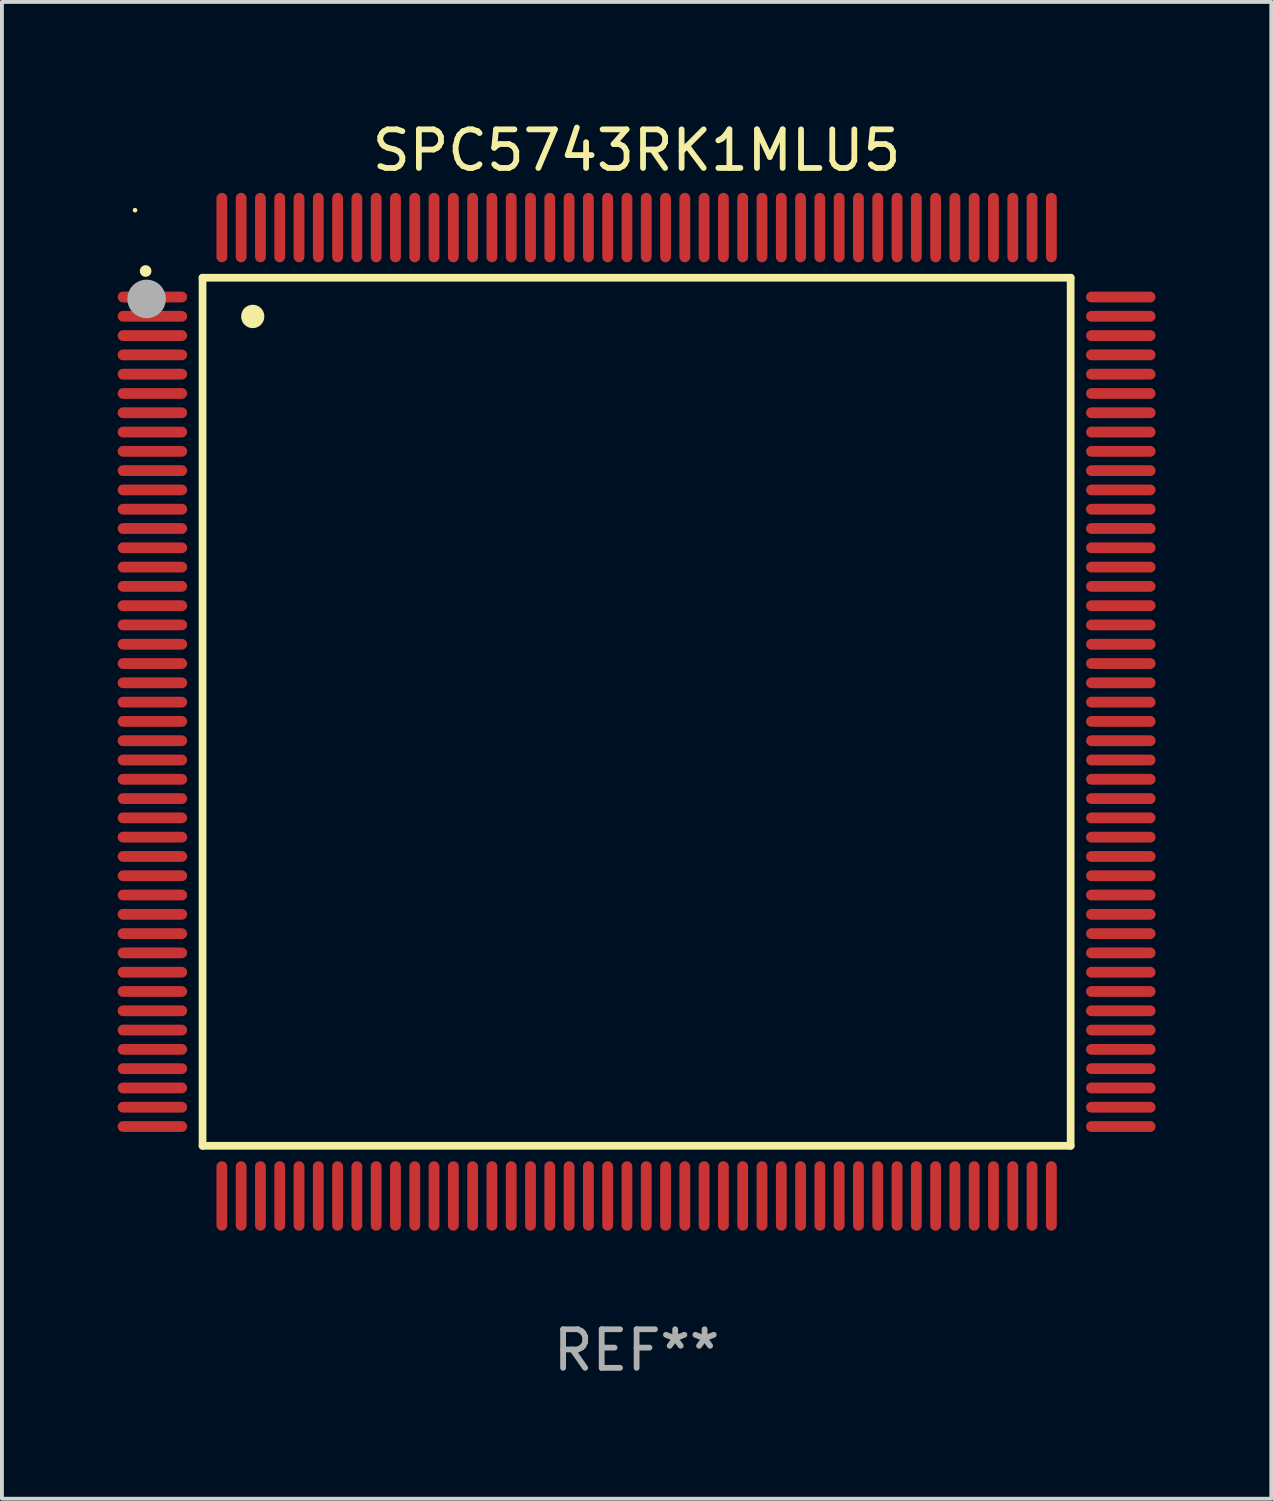
<source format=kicad_pcb>
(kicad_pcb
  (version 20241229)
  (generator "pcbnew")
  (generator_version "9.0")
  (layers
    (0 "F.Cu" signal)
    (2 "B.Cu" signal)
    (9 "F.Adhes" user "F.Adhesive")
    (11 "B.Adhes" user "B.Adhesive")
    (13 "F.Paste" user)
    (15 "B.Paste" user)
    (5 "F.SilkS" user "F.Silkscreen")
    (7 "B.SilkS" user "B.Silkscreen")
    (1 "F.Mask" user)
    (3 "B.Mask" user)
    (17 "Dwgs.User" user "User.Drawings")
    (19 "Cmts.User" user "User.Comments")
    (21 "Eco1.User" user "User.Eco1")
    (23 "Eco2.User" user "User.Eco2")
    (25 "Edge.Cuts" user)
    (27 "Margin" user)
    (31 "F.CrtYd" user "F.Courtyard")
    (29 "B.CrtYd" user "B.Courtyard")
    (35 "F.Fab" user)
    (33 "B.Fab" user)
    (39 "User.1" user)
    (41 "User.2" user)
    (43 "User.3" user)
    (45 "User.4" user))
  (footprint "SPC5743RK1MLU5"
    (layer "F.Cu")
    (at 13.45 15.398)
    (property "Reference" "SPC5743RK1MLU5" (at 0 -14.55 0) (layer "F.SilkS") (effects (font (size 1 1) (thickness 0.15))))
    (attr through_hole)
    (fp_line (start -11.25 -11.25) (end 11.25 -11.25) (stroke (width 0.2) (type solid)) (layer "F.SilkS"))
    (fp_line (start -11.25 11.25) (end -11.25 -11.25) (stroke (width 0.2) (type solid)) (layer "F.SilkS"))
    (fp_line (start 11.25 -11.25) (end 11.25 11.25) (stroke (width 0.2) (type solid)) (layer "F.SilkS"))
    (fp_line (start 11.25 11.25) (end -11.25 11.25) (stroke (width 0.2) (type solid)) (layer "F.SilkS"))
    (fp_arc (start -12.725425 -11.422403) (mid -12.72543 -11.423673) (end -12.725425 -11.424943) (stroke (width 0.3) (type solid)) (layer "F.SilkS"))
    (fp_arc (start -9.9492 -10.24384) (mid -9.949211 -10.24638) (end -9.9492 -10.24892) (stroke (width 0.6) (type solid)) (layer "F.SilkS"))
    (fp_circle (center -13 -13) (end -12.97 -13) (stroke (width 0.06) (type solid)) (fill no) (layer "F.SilkS"))
    (fp_circle (center -12.7 -10.7) (end -12.45 -10.7) (stroke (width 0.5) (type solid)) (fill no) (layer "F.Fab"))
    (fp_text user "REF**" (at 0 16.55 0) (layer "F.Fab") (effects (font (size 1 1) (thickness 0.15))))
    (pad "1" smd oval (at -12.55 -10.75 90) (size 0.28 1.8) (layers "F.Cu" "F.Mask" "F.Paste"))
    (pad "2" smd oval (at -12.55 -10.25 90) (size 0.28 1.8) (layers "F.Cu" "F.Mask" "F.Paste"))
    (pad "3" smd oval (at -12.55 -9.75 90) (size 0.28 1.8) (layers "F.Cu" "F.Mask" "F.Paste"))
    (pad "4" smd oval (at -12.55 -9.25 90) (size 0.28 1.8) (layers "F.Cu" "F.Mask" "F.Paste"))
    (pad "5" smd oval (at -12.55 -8.75 90) (size 0.28 1.8) (layers "F.Cu" "F.Mask" "F.Paste"))
    (pad "6" smd oval (at -12.55 -8.25 90) (size 0.28 1.8) (layers "F.Cu" "F.Mask" "F.Paste"))
    (pad "7" smd oval (at -12.55 -7.75 90) (size 0.28 1.8) (layers "F.Cu" "F.Mask" "F.Paste"))
    (pad "8" smd oval (at -12.55 -7.25 90) (size 0.28 1.8) (layers "F.Cu" "F.Mask" "F.Paste"))
    (pad "9" smd oval (at -12.55 -6.75 90) (size 0.28 1.8) (layers "F.Cu" "F.Mask" "F.Paste"))
    (pad "10" smd oval (at -12.55 -6.25 90) (size 0.28 1.8) (layers "F.Cu" "F.Mask" "F.Paste"))
    (pad "11" smd oval (at -12.55 -5.75 90) (size 0.28 1.8) (layers "F.Cu" "F.Mask" "F.Paste"))
    (pad "12" smd oval (at -12.55 -5.25 90) (size 0.28 1.8) (layers "F.Cu" "F.Mask" "F.Paste"))
    (pad "13" smd oval (at -12.55 -4.75 90) (size 0.28 1.8) (layers "F.Cu" "F.Mask" "F.Paste"))
    (pad "14" smd oval (at -12.55 -4.25 90) (size 0.28 1.8) (layers "F.Cu" "F.Mask" "F.Paste"))
    (pad "15" smd oval (at -12.55 -3.75 90) (size 0.28 1.8) (layers "F.Cu" "F.Mask" "F.Paste"))
    (pad "16" smd oval (at -12.55 -3.25 90) (size 0.28 1.8) (layers "F.Cu" "F.Mask" "F.Paste"))
    (pad "17" smd oval (at -12.55 -2.75 90) (size 0.28 1.8) (layers "F.Cu" "F.Mask" "F.Paste"))
    (pad "18" smd oval (at -12.55 -2.25 90) (size 0.28 1.8) (layers "F.Cu" "F.Mask" "F.Paste"))
    (pad "19" smd oval (at -12.55 -1.75 90) (size 0.28 1.8) (layers "F.Cu" "F.Mask" "F.Paste"))
    (pad "20" smd oval (at -12.55 -1.25 90) (size 0.28 1.8) (layers "F.Cu" "F.Mask" "F.Paste"))
    (pad "21" smd oval (at -12.55 -0.75 90) (size 0.28 1.8) (layers "F.Cu" "F.Mask" "F.Paste"))
    (pad "22" smd oval (at -12.55 -0.25 90) (size 0.28 1.8) (layers "F.Cu" "F.Mask" "F.Paste"))
    (pad "23" smd oval (at -12.55 0.25 90) (size 0.28 1.8) (layers "F.Cu" "F.Mask" "F.Paste"))
    (pad "24" smd oval (at -12.55 0.75 90) (size 0.28 1.8) (layers "F.Cu" "F.Mask" "F.Paste"))
    (pad "25" smd oval (at -12.55 1.25 90) (size 0.28 1.8) (layers "F.Cu" "F.Mask" "F.Paste"))
    (pad "26" smd oval (at -12.55 1.75 90) (size 0.28 1.8) (layers "F.Cu" "F.Mask" "F.Paste"))
    (pad "27" smd oval (at -12.55 2.25 90) (size 0.28 1.8) (layers "F.Cu" "F.Mask" "F.Paste"))
    (pad "28" smd oval (at -12.55 2.75 90) (size 0.28 1.8) (layers "F.Cu" "F.Mask" "F.Paste"))
    (pad "29" smd oval (at -12.55 3.25 90) (size 0.28 1.8) (layers "F.Cu" "F.Mask" "F.Paste"))
    (pad "30" smd oval (at -12.55 3.75 90) (size 0.28 1.8) (layers "F.Cu" "F.Mask" "F.Paste"))
    (pad "31" smd oval (at -12.55 4.25 90) (size 0.28 1.8) (layers "F.Cu" "F.Mask" "F.Paste"))
    (pad "32" smd oval (at -12.55 4.75 90) (size 0.28 1.8) (layers "F.Cu" "F.Mask" "F.Paste"))
    (pad "33" smd oval (at -12.55 5.25 90) (size 0.28 1.8) (layers "F.Cu" "F.Mask" "F.Paste"))
    (pad "34" smd oval (at -12.55 5.75 90) (size 0.28 1.8) (layers "F.Cu" "F.Mask" "F.Paste"))
    (pad "35" smd oval (at -12.55 6.25 90) (size 0.28 1.8) (layers "F.Cu" "F.Mask" "F.Paste"))
    (pad "36" smd oval (at -12.55 6.75 90) (size 0.28 1.8) (layers "F.Cu" "F.Mask" "F.Paste"))
    (pad "37" smd oval (at -12.55 7.25 90) (size 0.28 1.8) (layers "F.Cu" "F.Mask" "F.Paste"))
    (pad "38" smd oval (at -12.55 7.75 90) (size 0.28 1.8) (layers "F.Cu" "F.Mask" "F.Paste"))
    (pad "39" smd oval (at -12.55 8.25 90) (size 0.28 1.8) (layers "F.Cu" "F.Mask" "F.Paste"))
    (pad "40" smd oval (at -12.55 8.75 90) (size 0.28 1.8) (layers "F.Cu" "F.Mask" "F.Paste"))
    (pad "41" smd oval (at -12.55 9.25 90) (size 0.28 1.8) (layers "F.Cu" "F.Mask" "F.Paste"))
    (pad "42" smd oval (at -12.55 9.75 90) (size 0.28 1.8) (layers "F.Cu" "F.Mask" "F.Paste"))
    (pad "43" smd oval (at -12.55 10.25 90) (size 0.28 1.8) (layers "F.Cu" "F.Mask" "F.Paste"))
    (pad "44" smd oval (at -12.55 10.75 90) (size 0.28 1.8) (layers "F.Cu" "F.Mask" "F.Paste"))
    (pad "45" smd oval (at -10.75 12.55) (size 0.28 1.8) (layers "F.Cu" "F.Mask" "F.Paste"))
    (pad "46" smd oval (at -10.25 12.55) (size 0.28 1.8) (layers "F.Cu" "F.Mask" "F.Paste"))
    (pad "47" smd oval (at -9.75 12.55) (size 0.28 1.8) (layers "F.Cu" "F.Mask" "F.Paste"))
    (pad "48" smd oval (at -9.25 12.55) (size 0.28 1.8) (layers "F.Cu" "F.Mask" "F.Paste"))
    (pad "49" smd oval (at -8.75 12.55) (size 0.28 1.8) (layers "F.Cu" "F.Mask" "F.Paste"))
    (pad "50" smd oval (at -8.25 12.55) (size 0.28 1.8) (layers "F.Cu" "F.Mask" "F.Paste"))
    (pad "51" smd oval (at -7.75 12.55) (size 0.28 1.8) (layers "F.Cu" "F.Mask" "F.Paste"))
    (pad "52" smd oval (at -7.25 12.55) (size 0.28 1.8) (layers "F.Cu" "F.Mask" "F.Paste"))
    (pad "53" smd oval (at -6.75 12.55) (size 0.28 1.8) (layers "F.Cu" "F.Mask" "F.Paste"))
    (pad "54" smd oval (at -6.25 12.55) (size 0.28 1.8) (layers "F.Cu" "F.Mask" "F.Paste"))
    (pad "55" smd oval (at -5.75 12.55) (size 0.28 1.8) (layers "F.Cu" "F.Mask" "F.Paste"))
    (pad "56" smd oval (at -5.25 12.55) (size 0.28 1.8) (layers "F.Cu" "F.Mask" "F.Paste"))
    (pad "57" smd oval (at -4.75 12.55) (size 0.28 1.8) (layers "F.Cu" "F.Mask" "F.Paste"))
    (pad "58" smd oval (at -4.25 12.55) (size 0.28 1.8) (layers "F.Cu" "F.Mask" "F.Paste"))
    (pad "59" smd oval (at -3.75 12.55) (size 0.28 1.8) (layers "F.Cu" "F.Mask" "F.Paste"))
    (pad "60" smd oval (at -3.25 12.55) (size 0.28 1.8) (layers "F.Cu" "F.Mask" "F.Paste"))
    (pad "61" smd oval (at -2.75 12.55) (size 0.28 1.8) (layers "F.Cu" "F.Mask" "F.Paste"))
    (pad "62" smd oval (at -2.25 12.55) (size 0.28 1.8) (layers "F.Cu" "F.Mask" "F.Paste"))
    (pad "63" smd oval (at -1.75 12.55) (size 0.28 1.8) (layers "F.Cu" "F.Mask" "F.Paste"))
    (pad "64" smd oval (at -1.25 12.55) (size 0.28 1.8) (layers "F.Cu" "F.Mask" "F.Paste"))
    (pad "65" smd oval (at -0.75 12.55) (size 0.28 1.8) (layers "F.Cu" "F.Mask" "F.Paste"))
    (pad "66" smd oval (at -0.25 12.55) (size 0.28 1.8) (layers "F.Cu" "F.Mask" "F.Paste"))
    (pad "67" smd oval (at 0.25 12.55) (size 0.28 1.8) (layers "F.Cu" "F.Mask" "F.Paste"))
    (pad "68" smd oval (at 0.75 12.55) (size 0.28 1.8) (layers "F.Cu" "F.Mask" "F.Paste"))
    (pad "69" smd oval (at 1.25 12.55) (size 0.28 1.8) (layers "F.Cu" "F.Mask" "F.Paste"))
    (pad "70" smd oval (at 1.75 12.55) (size 0.28 1.8) (layers "F.Cu" "F.Mask" "F.Paste"))
    (pad "71" smd oval (at 2.25 12.55) (size 0.28 1.8) (layers "F.Cu" "F.Mask" "F.Paste"))
    (pad "72" smd oval (at 2.75 12.55) (size 0.28 1.8) (layers "F.Cu" "F.Mask" "F.Paste"))
    (pad "73" smd oval (at 3.25 12.55) (size 0.28 1.8) (layers "F.Cu" "F.Mask" "F.Paste"))
    (pad "74" smd oval (at 3.75 12.55) (size 0.28 1.8) (layers "F.Cu" "F.Mask" "F.Paste"))
    (pad "75" smd oval (at 4.25 12.55) (size 0.28 1.8) (layers "F.Cu" "F.Mask" "F.Paste"))
    (pad "76" smd oval (at 4.75 12.55) (size 0.28 1.8) (layers "F.Cu" "F.Mask" "F.Paste"))
    (pad "77" smd oval (at 5.25 12.55) (size 0.28 1.8) (layers "F.Cu" "F.Mask" "F.Paste"))
    (pad "78" smd oval (at 5.75 12.55) (size 0.28 1.8) (layers "F.Cu" "F.Mask" "F.Paste"))
    (pad "79" smd oval (at 6.25 12.55) (size 0.28 1.8) (layers "F.Cu" "F.Mask" "F.Paste"))
    (pad "80" smd oval (at 6.75 12.55) (size 0.28 1.8) (layers "F.Cu" "F.Mask" "F.Paste"))
    (pad "81" smd oval (at 7.25 12.55) (size 0.28 1.8) (layers "F.Cu" "F.Mask" "F.Paste"))
    (pad "82" smd oval (at 7.75 12.55) (size 0.28 1.8) (layers "F.Cu" "F.Mask" "F.Paste"))
    (pad "83" smd oval (at 8.25 12.55) (size 0.28 1.8) (layers "F.Cu" "F.Mask" "F.Paste"))
    (pad "84" smd oval (at 8.75 12.55) (size 0.28 1.8) (layers "F.Cu" "F.Mask" "F.Paste"))
    (pad "85" smd oval (at 9.25 12.55) (size 0.28 1.8) (layers "F.Cu" "F.Mask" "F.Paste"))
    (pad "86" smd oval (at 9.75 12.55) (size 0.28 1.8) (layers "F.Cu" "F.Mask" "F.Paste"))
    (pad "87" smd oval (at 10.25 12.55) (size 0.28 1.8) (layers "F.Cu" "F.Mask" "F.Paste"))
    (pad "88" smd oval (at 10.75 12.55) (size 0.28 1.8) (layers "F.Cu" "F.Mask" "F.Paste"))
    (pad "89" smd oval (at 12.55 10.75 90) (size 0.28 1.8) (layers "F.Cu" "F.Mask" "F.Paste"))
    (pad "90" smd oval (at 12.55 10.25 90) (size 0.28 1.8) (layers "F.Cu" "F.Mask" "F.Paste"))
    (pad "91" smd oval (at 12.55 9.75 90) (size 0.28 1.8) (layers "F.Cu" "F.Mask" "F.Paste"))
    (pad "92" smd oval (at 12.55 9.25 90) (size 0.28 1.8) (layers "F.Cu" "F.Mask" "F.Paste"))
    (pad "93" smd oval (at 12.55 8.75 90) (size 0.28 1.8) (layers "F.Cu" "F.Mask" "F.Paste"))
    (pad "94" smd oval (at 12.55 8.25 90) (size 0.28 1.8) (layers "F.Cu" "F.Mask" "F.Paste"))
    (pad "95" smd oval (at 12.55 7.75 90) (size 0.28 1.8) (layers "F.Cu" "F.Mask" "F.Paste"))
    (pad "96" smd oval (at 12.55 7.25 90) (size 0.28 1.8) (layers "F.Cu" "F.Mask" "F.Paste"))
    (pad "97" smd oval (at 12.55 6.75 90) (size 0.28 1.8) (layers "F.Cu" "F.Mask" "F.Paste"))
    (pad "98" smd oval (at 12.55 6.25 90) (size 0.28 1.8) (layers "F.Cu" "F.Mask" "F.Paste"))
    (pad "99" smd oval (at 12.55 5.75 90) (size 0.28 1.8) (layers "F.Cu" "F.Mask" "F.Paste"))
    (pad "100" smd oval (at 12.55 5.25 90) (size 0.28 1.8) (layers "F.Cu" "F.Mask" "F.Paste"))
    (pad "101" smd oval (at 12.55 4.75 90) (size 0.28 1.8) (layers "F.Cu" "F.Mask" "F.Paste"))
    (pad "102" smd oval (at 12.55 4.25 90) (size 0.28 1.8) (layers "F.Cu" "F.Mask" "F.Paste"))
    (pad "103" smd oval (at 12.55 3.75 90) (size 0.28 1.8) (layers "F.Cu" "F.Mask" "F.Paste"))
    (pad "104" smd oval (at 12.55 3.25 90) (size 0.28 1.8) (layers "F.Cu" "F.Mask" "F.Paste"))
    (pad "105" smd oval (at 12.55 2.75 90) (size 0.28 1.8) (layers "F.Cu" "F.Mask" "F.Paste"))
    (pad "106" smd oval (at 12.55 2.25 90) (size 0.28 1.8) (layers "F.Cu" "F.Mask" "F.Paste"))
    (pad "107" smd oval (at 12.55 1.75 90) (size 0.28 1.8) (layers "F.Cu" "F.Mask" "F.Paste"))
    (pad "108" smd oval (at 12.55 1.25 90) (size 0.28 1.8) (layers "F.Cu" "F.Mask" "F.Paste"))
    (pad "109" smd oval (at 12.55 0.75 90) (size 0.28 1.8) (layers "F.Cu" "F.Mask" "F.Paste"))
    (pad "110" smd oval (at 12.55 0.25 90) (size 0.28 1.8) (layers "F.Cu" "F.Mask" "F.Paste"))
    (pad "111" smd oval (at 12.55 -0.25 90) (size 0.28 1.8) (layers "F.Cu" "F.Mask" "F.Paste"))
    (pad "112" smd oval (at 12.55 -0.75 90) (size 0.28 1.8) (layers "F.Cu" "F.Mask" "F.Paste"))
    (pad "113" smd oval (at 12.55 -1.25 90) (size 0.28 1.8) (layers "F.Cu" "F.Mask" "F.Paste"))
    (pad "114" smd oval (at 12.55 -1.75 90) (size 0.28 1.8) (layers "F.Cu" "F.Mask" "F.Paste"))
    (pad "115" smd oval (at 12.55 -2.25 90) (size 0.28 1.8) (layers "F.Cu" "F.Mask" "F.Paste"))
    (pad "116" smd oval (at 12.55 -2.75 90) (size 0.28 1.8) (layers "F.Cu" "F.Mask" "F.Paste"))
    (pad "117" smd oval (at 12.55 -3.25 90) (size 0.28 1.8) (layers "F.Cu" "F.Mask" "F.Paste"))
    (pad "118" smd oval (at 12.55 -3.75 90) (size 0.28 1.8) (layers "F.Cu" "F.Mask" "F.Paste"))
    (pad "119" smd oval (at 12.55 -4.25 90) (size 0.28 1.8) (layers "F.Cu" "F.Mask" "F.Paste"))
    (pad "120" smd oval (at 12.55 -4.75 90) (size 0.28 1.8) (layers "F.Cu" "F.Mask" "F.Paste"))
    (pad "121" smd oval (at 12.55 -5.25 90) (size 0.28 1.8) (layers "F.Cu" "F.Mask" "F.Paste"))
    (pad "122" smd oval (at 12.55 -5.75 90) (size 0.28 1.8) (layers "F.Cu" "F.Mask" "F.Paste"))
    (pad "123" smd oval (at 12.55 -6.25 90) (size 0.28 1.8) (layers "F.Cu" "F.Mask" "F.Paste"))
    (pad "124" smd oval (at 12.55 -6.75 90) (size 0.28 1.8) (layers "F.Cu" "F.Mask" "F.Paste"))
    (pad "125" smd oval (at 12.55 -7.25 90) (size 0.28 1.8) (layers "F.Cu" "F.Mask" "F.Paste"))
    (pad "126" smd oval (at 12.55 -7.75 90) (size 0.28 1.8) (layers "F.Cu" "F.Mask" "F.Paste"))
    (pad "127" smd oval (at 12.55 -8.25 90) (size 0.28 1.8) (layers "F.Cu" "F.Mask" "F.Paste"))
    (pad "128" smd oval (at 12.55 -8.75 90) (size 0.28 1.8) (layers "F.Cu" "F.Mask" "F.Paste"))
    (pad "129" smd oval (at 12.55 -9.25 90) (size 0.28 1.8) (layers "F.Cu" "F.Mask" "F.Paste"))
    (pad "130" smd oval (at 12.55 -9.75 90) (size 0.28 1.8) (layers "F.Cu" "F.Mask" "F.Paste"))
    (pad "131" smd oval (at 12.55 -10.25 90) (size 0.28 1.8) (layers "F.Cu" "F.Mask" "F.Paste"))
    (pad "132" smd oval (at 12.55 -10.75 90) (size 0.28 1.8) (layers "F.Cu" "F.Mask" "F.Paste"))
    (pad "133" smd oval (at 10.75 -12.55) (size 0.28 1.8) (layers "F.Cu" "F.Mask" "F.Paste"))
    (pad "134" smd oval (at 10.25 -12.55) (size 0.28 1.8) (layers "F.Cu" "F.Mask" "F.Paste"))
    (pad "135" smd oval (at 9.75 -12.55) (size 0.28 1.8) (layers "F.Cu" "F.Mask" "F.Paste"))
    (pad "136" smd oval (at 9.25 -12.55) (size 0.28 1.8) (layers "F.Cu" "F.Mask" "F.Paste"))
    (pad "137" smd oval (at 8.75 -12.55) (size 0.28 1.8) (layers "F.Cu" "F.Mask" "F.Paste"))
    (pad "138" smd oval (at 8.25 -12.55) (size 0.28 1.8) (layers "F.Cu" "F.Mask" "F.Paste"))
    (pad "139" smd oval (at 7.75 -12.55) (size 0.28 1.8) (layers "F.Cu" "F.Mask" "F.Paste"))
    (pad "140" smd oval (at 7.25 -12.55) (size 0.28 1.8) (layers "F.Cu" "F.Mask" "F.Paste"))
    (pad "141" smd oval (at 6.75 -12.55) (size 0.28 1.8) (layers "F.Cu" "F.Mask" "F.Paste"))
    (pad "142" smd oval (at 6.25 -12.55) (size 0.28 1.8) (layers "F.Cu" "F.Mask" "F.Paste"))
    (pad "143" smd oval (at 5.75 -12.55) (size 0.28 1.8) (layers "F.Cu" "F.Mask" "F.Paste"))
    (pad "144" smd oval (at 5.25 -12.55) (size 0.28 1.8) (layers "F.Cu" "F.Mask" "F.Paste"))
    (pad "145" smd oval (at 4.75 -12.55) (size 0.28 1.8) (layers "F.Cu" "F.Mask" "F.Paste"))
    (pad "146" smd oval (at 4.25 -12.55) (size 0.28 1.8) (layers "F.Cu" "F.Mask" "F.Paste"))
    (pad "147" smd oval (at 3.75 -12.55) (size 0.28 1.8) (layers "F.Cu" "F.Mask" "F.Paste"))
    (pad "148" smd oval (at 3.25 -12.55) (size 0.28 1.8) (layers "F.Cu" "F.Mask" "F.Paste"))
    (pad "149" smd oval (at 2.75 -12.55) (size 0.28 1.8) (layers "F.Cu" "F.Mask" "F.Paste"))
    (pad "150" smd oval (at 2.25 -12.55) (size 0.28 1.8) (layers "F.Cu" "F.Mask" "F.Paste"))
    (pad "151" smd oval (at 1.75 -12.55) (size 0.28 1.8) (layers "F.Cu" "F.Mask" "F.Paste"))
    (pad "152" smd oval (at 1.25 -12.55) (size 0.28 1.8) (layers "F.Cu" "F.Mask" "F.Paste"))
    (pad "153" smd oval (at 0.75 -12.55) (size 0.28 1.8) (layers "F.Cu" "F.Mask" "F.Paste"))
    (pad "154" smd oval (at 0.25 -12.55) (size 0.28 1.8) (layers "F.Cu" "F.Mask" "F.Paste"))
    (pad "155" smd oval (at -0.25 -12.55) (size 0.28 1.8) (layers "F.Cu" "F.Mask" "F.Paste"))
    (pad "156" smd oval (at -0.75 -12.55) (size 0.28 1.8) (layers "F.Cu" "F.Mask" "F.Paste"))
    (pad "157" smd oval (at -1.25 -12.55) (size 0.28 1.8) (layers "F.Cu" "F.Mask" "F.Paste"))
    (pad "158" smd oval (at -1.75 -12.55) (size 0.28 1.8) (layers "F.Cu" "F.Mask" "F.Paste"))
    (pad "159" smd oval (at -2.25 -12.55) (size 0.28 1.8) (layers "F.Cu" "F.Mask" "F.Paste"))
    (pad "160" smd oval (at -2.75 -12.55) (size 0.28 1.8) (layers "F.Cu" "F.Mask" "F.Paste"))
    (pad "161" smd oval (at -3.25 -12.55) (size 0.28 1.8) (layers "F.Cu" "F.Mask" "F.Paste"))
    (pad "162" smd oval (at -3.75 -12.55) (size 0.28 1.8) (layers "F.Cu" "F.Mask" "F.Paste"))
    (pad "163" smd oval (at -4.25 -12.55) (size 0.28 1.8) (layers "F.Cu" "F.Mask" "F.Paste"))
    (pad "164" smd oval (at -4.75 -12.55) (size 0.28 1.8) (layers "F.Cu" "F.Mask" "F.Paste"))
    (pad "165" smd oval (at -5.25 -12.55) (size 0.28 1.8) (layers "F.Cu" "F.Mask" "F.Paste"))
    (pad "166" smd oval (at -5.75 -12.55) (size 0.28 1.8) (layers "F.Cu" "F.Mask" "F.Paste"))
    (pad "167" smd oval (at -6.25 -12.55) (size 0.28 1.8) (layers "F.Cu" "F.Mask" "F.Paste"))
    (pad "168" smd oval (at -6.75 -12.55) (size 0.28 1.8) (layers "F.Cu" "F.Mask" "F.Paste"))
    (pad "169" smd oval (at -7.25 -12.55) (size 0.28 1.8) (layers "F.Cu" "F.Mask" "F.Paste"))
    (pad "170" smd oval (at -7.75 -12.55) (size 0.28 1.8) (layers "F.Cu" "F.Mask" "F.Paste"))
    (pad "171" smd oval (at -8.25 -12.55) (size 0.28 1.8) (layers "F.Cu" "F.Mask" "F.Paste"))
    (pad "172" smd oval (at -8.75 -12.55) (size 0.28 1.8) (layers "F.Cu" "F.Mask" "F.Paste"))
    (pad "173" smd oval (at -9.25 -12.55) (size 0.28 1.8) (layers "F.Cu" "F.Mask" "F.Paste"))
    (pad "174" smd oval (at -9.75 -12.55) (size 0.28 1.8) (layers "F.Cu" "F.Mask" "F.Paste"))
    (pad "175" smd oval (at -10.25 -12.55) (size 0.28 1.8) (layers "F.Cu" "F.Mask" "F.Paste"))
    (pad "176" smd oval (at -10.75 -12.55) (size 0.28 1.8) (layers "F.Cu" "F.Mask" "F.Paste")))
  (gr_rect
    (start -3 -3)
    (end 29.9 35.796)
    (stroke (width 0.1) (type default))
    (fill no)
    (layer "Edge.Cuts")))
</source>
